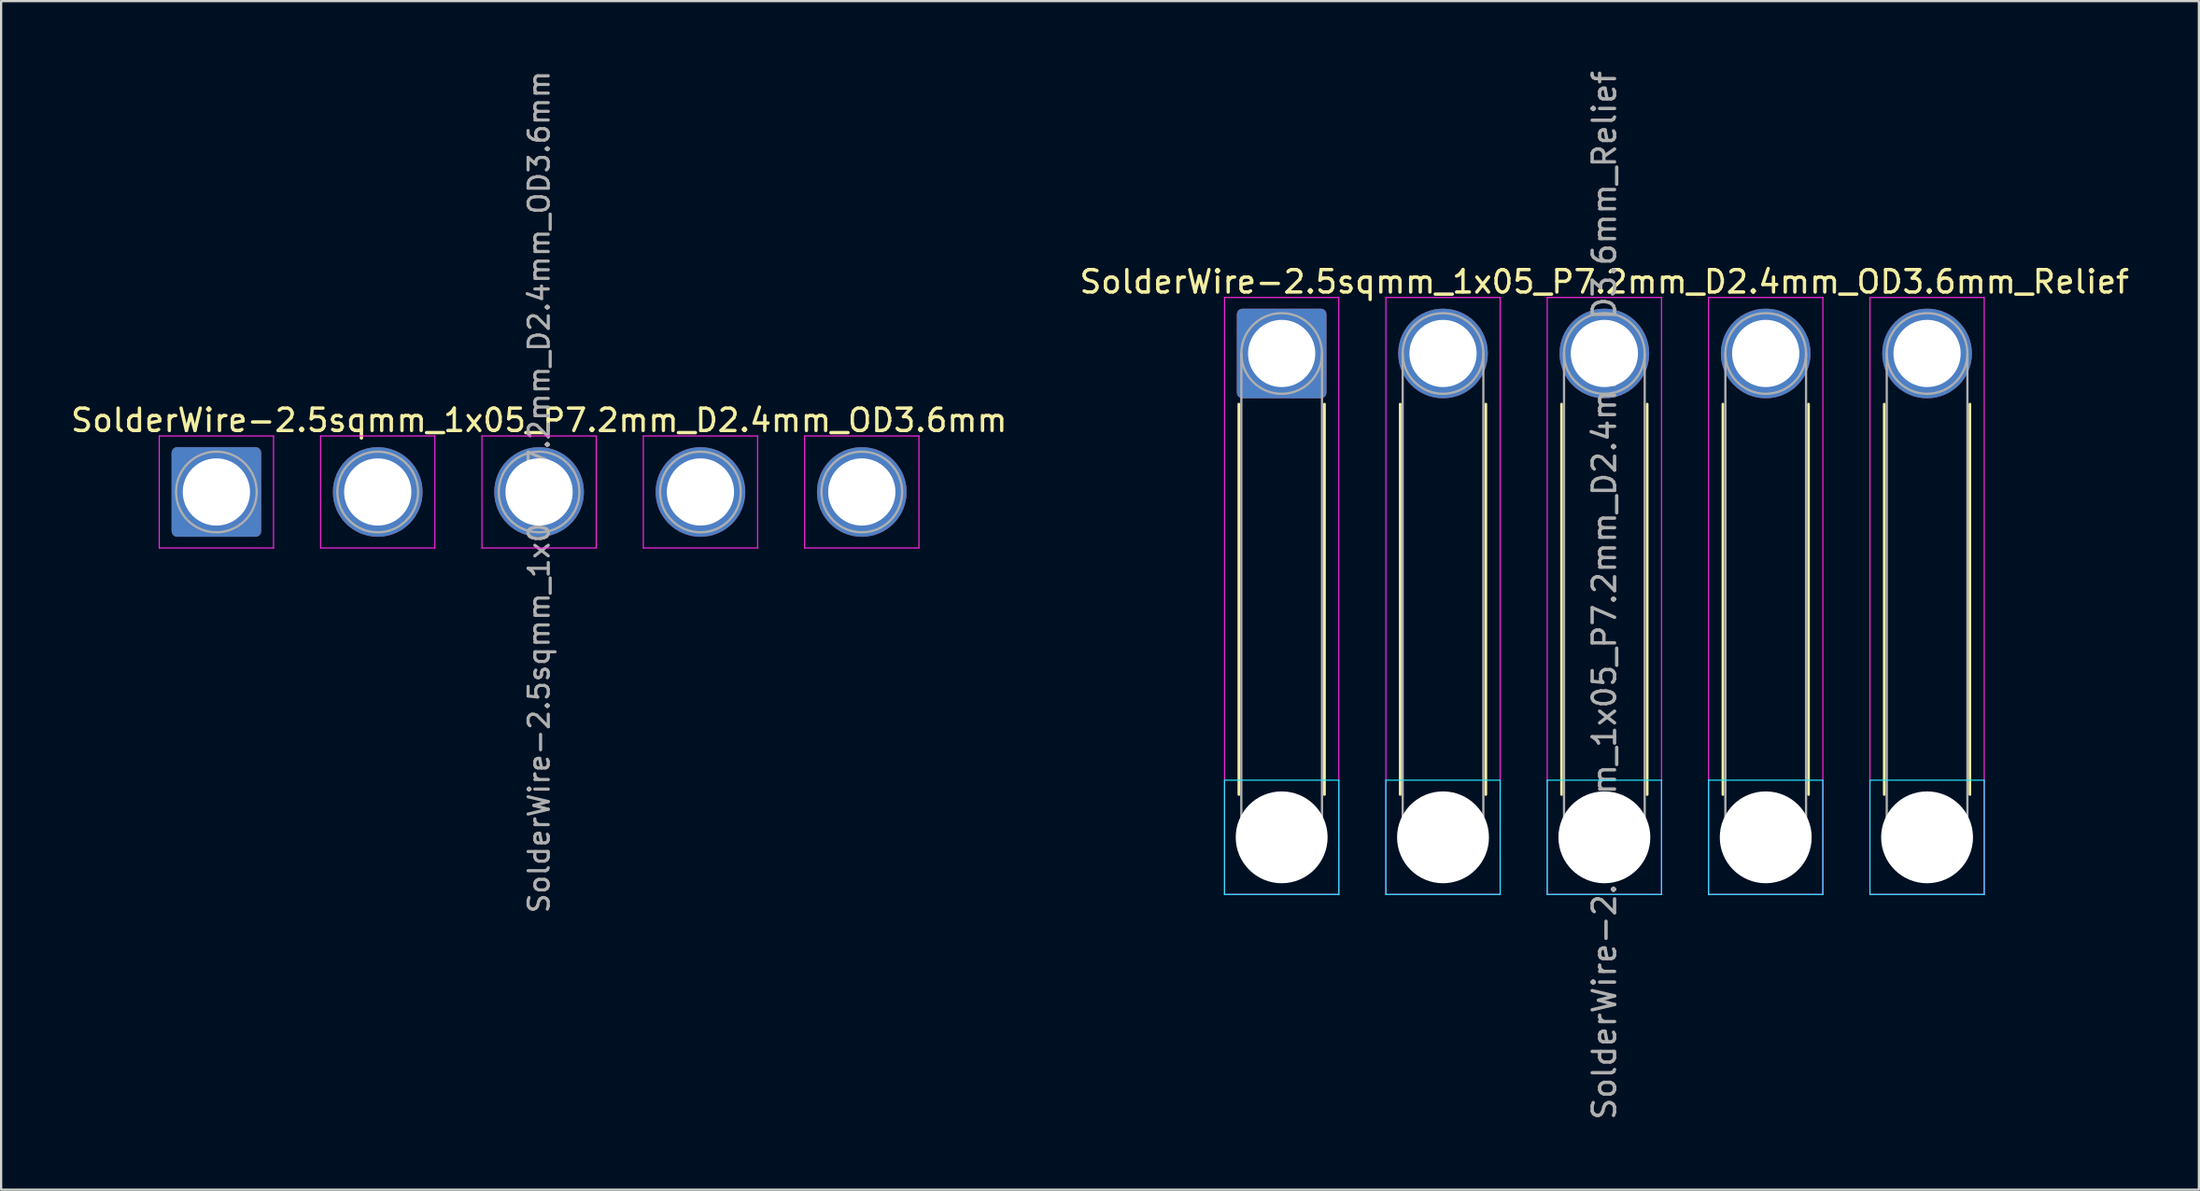
<source format=kicad_pcb>
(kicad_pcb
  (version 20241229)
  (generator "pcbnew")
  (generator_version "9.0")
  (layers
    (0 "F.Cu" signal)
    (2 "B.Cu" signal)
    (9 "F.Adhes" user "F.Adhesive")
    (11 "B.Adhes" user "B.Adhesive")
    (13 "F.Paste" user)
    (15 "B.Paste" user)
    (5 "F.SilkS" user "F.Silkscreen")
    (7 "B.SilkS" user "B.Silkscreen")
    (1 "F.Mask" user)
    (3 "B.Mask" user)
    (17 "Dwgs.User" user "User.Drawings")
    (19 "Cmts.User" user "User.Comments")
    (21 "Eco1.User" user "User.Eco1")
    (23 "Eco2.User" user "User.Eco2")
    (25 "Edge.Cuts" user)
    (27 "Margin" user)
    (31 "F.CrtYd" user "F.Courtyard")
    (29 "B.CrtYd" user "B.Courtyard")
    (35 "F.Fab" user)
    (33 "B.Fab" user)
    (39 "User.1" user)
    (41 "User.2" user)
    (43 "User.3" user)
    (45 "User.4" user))
  (footprint "SolderWire-2.5sqmm_1x05_P7.2mm_D2.4mm_OD3.6mm"
    (layer "F.Cu")
    (at 6.606 18.913)
    (property "Reference" "SolderWire-2.5sqmm_1x05_P7.2mm_D2.4mm_OD3.6mm" (at 14.4 -3.2 0) (layer "F.SilkS") (effects (font (size 1 1) (thickness 0.15))))
    (attr exclude_from_pos_files exclude_from_bom)
    (fp_line (start -2.55 -2.5) (end -2.55 2.5) (stroke (width 0.05) (type solid)) (layer "F.CrtYd"))
    (fp_line (start -2.55 2.5) (end 2.55 2.5) (stroke (width 0.05) (type solid)) (layer "F.CrtYd"))
    (fp_line (start 2.55 -2.5) (end -2.55 -2.5) (stroke (width 0.05) (type solid)) (layer "F.CrtYd"))
    (fp_line (start 2.55 2.5) (end 2.55 -2.5) (stroke (width 0.05) (type solid)) (layer "F.CrtYd"))
    (fp_line (start 4.65 -2.5) (end 4.65 2.5) (stroke (width 0.05) (type solid)) (layer "F.CrtYd"))
    (fp_line (start 4.65 2.5) (end 9.75 2.5) (stroke (width 0.05) (type solid)) (layer "F.CrtYd"))
    (fp_line (start 9.75 -2.5) (end 4.65 -2.5) (stroke (width 0.05) (type solid)) (layer "F.CrtYd"))
    (fp_line (start 9.75 2.5) (end 9.75 -2.5) (stroke (width 0.05) (type solid)) (layer "F.CrtYd"))
    (fp_line (start 11.85 -2.5) (end 11.85 2.5) (stroke (width 0.05) (type solid)) (layer "F.CrtYd"))
    (fp_line (start 11.85 2.5) (end 16.95 2.5) (stroke (width 0.05) (type solid)) (layer "F.CrtYd"))
    (fp_line (start 16.95 -2.5) (end 11.85 -2.5) (stroke (width 0.05) (type solid)) (layer "F.CrtYd"))
    (fp_line (start 16.95 2.5) (end 16.95 -2.5) (stroke (width 0.05) (type solid)) (layer "F.CrtYd"))
    (fp_line (start 19.05 -2.5) (end 19.05 2.5) (stroke (width 0.05) (type solid)) (layer "F.CrtYd"))
    (fp_line (start 19.05 2.5) (end 24.15 2.5) (stroke (width 0.05) (type solid)) (layer "F.CrtYd"))
    (fp_line (start 24.15 -2.5) (end 19.05 -2.5) (stroke (width 0.05) (type solid)) (layer "F.CrtYd"))
    (fp_line (start 24.15 2.5) (end 24.15 -2.5) (stroke (width 0.05) (type solid)) (layer "F.CrtYd"))
    (fp_line (start 26.25 -2.5) (end 26.25 2.5) (stroke (width 0.05) (type solid)) (layer "F.CrtYd"))
    (fp_line (start 26.25 2.5) (end 31.35 2.5) (stroke (width 0.05) (type solid)) (layer "F.CrtYd"))
    (fp_line (start 31.35 -2.5) (end 26.25 -2.5) (stroke (width 0.05) (type solid)) (layer "F.CrtYd"))
    (fp_line (start 31.35 2.5) (end 31.35 -2.5) (stroke (width 0.05) (type solid)) (layer "F.CrtYd"))
    (fp_circle (center 0 0) (end 1.8 0) (stroke (width 0.1) (type solid)) (fill no) (layer "F.Fab"))
    (fp_circle (center 7.2 0) (end 9 0) (stroke (width 0.1) (type solid)) (fill no) (layer "F.Fab"))
    (fp_circle (center 14.4 0) (end 16.2 0) (stroke (width 0.1) (type solid)) (fill no) (layer "F.Fab"))
    (fp_circle (center 21.6 0) (end 23.4 0) (stroke (width 0.1) (type solid)) (fill no) (layer "F.Fab"))
    (fp_circle (center 28.8 0) (end 30.6 0) (stroke (width 0.1) (type solid)) (fill no) (layer "F.Fab"))
    (fp_text user "${REFERENCE}" (at 14.4 0 90) (layer "F.Fab") (effects (font (size 0.9 0.9) (thickness 0.14))))
    (pad "1" thru_hole roundrect (at 0 0) (size 4 4) (drill 3) (layers "*.Cu" "*.Mask") (roundrect_rratio 0.062))
    (pad "2" thru_hole circle (at 7.2 0) (size 4 4) (drill 3) (layers "*.Cu" "*.Mask"))
    (pad "3" thru_hole circle (at 14.4 0) (size 4 4) (drill 3) (layers "*.Cu" "*.Mask"))
    (pad "4" thru_hole circle (at 21.6 0) (size 4 4) (drill 3) (layers "*.Cu" "*.Mask"))
    (pad "5" thru_hole circle (at 28.8 0) (size 4 4) (drill 3) (layers "*.Cu" "*.Mask")))
  (footprint "SolderWire-2.5sqmm_1x05_P7.2mm_D2.4mm_OD3.6mm_Relief"
    (layer "F.Cu")
    (at 54.142 12.73)
    (property "Reference" "SolderWire-2.5sqmm_1x05_P7.2mm_D2.4mm_OD3.6mm_Relief" (at 14.4 -3.2 0) (layer "F.SilkS") (effects (font (size 1 1) (thickness 0.15))))
    (attr exclude_from_pos_files exclude_from_bom)
    (fp_line (start -1.91 2.26) (end -1.91 19.69) (stroke (width 0.12) (type solid)) (layer "F.SilkS"))
    (fp_line (start 1.91 2.26) (end 1.91 19.69) (stroke (width 0.12) (type solid)) (layer "F.SilkS"))
    (fp_line (start 5.29 2.26) (end 5.29 19.69) (stroke (width 0.12) (type solid)) (layer "F.SilkS"))
    (fp_line (start 9.11 2.26) (end 9.11 19.69) (stroke (width 0.12) (type solid)) (layer "F.SilkS"))
    (fp_line (start 12.49 2.26) (end 12.49 19.69) (stroke (width 0.12) (type solid)) (layer "F.SilkS"))
    (fp_line (start 16.31 2.26) (end 16.31 19.69) (stroke (width 0.12) (type solid)) (layer "F.SilkS"))
    (fp_line (start 19.69 2.26) (end 19.69 19.69) (stroke (width 0.12) (type solid)) (layer "F.SilkS"))
    (fp_line (start 23.51 2.26) (end 23.51 19.69) (stroke (width 0.12) (type solid)) (layer "F.SilkS"))
    (fp_line (start 26.89 2.26) (end 26.89 19.69) (stroke (width 0.12) (type solid)) (layer "F.SilkS"))
    (fp_line (start 30.71 2.26) (end 30.71 19.69) (stroke (width 0.12) (type solid)) (layer "F.SilkS"))
    (fp_line (start -2.55 19.05) (end -2.55 24.15) (stroke (width 0.05) (type solid)) (layer "B.CrtYd"))
    (fp_line (start -2.55 24.15) (end 2.55 24.15) (stroke (width 0.05) (type solid)) (layer "B.CrtYd"))
    (fp_line (start 2.55 19.05) (end -2.55 19.05) (stroke (width 0.05) (type solid)) (layer "B.CrtYd"))
    (fp_line (start 2.55 24.15) (end 2.55 19.05) (stroke (width 0.05) (type solid)) (layer "B.CrtYd"))
    (fp_line (start 4.65 19.05) (end 4.65 24.15) (stroke (width 0.05) (type solid)) (layer "B.CrtYd"))
    (fp_line (start 4.65 24.15) (end 9.75 24.15) (stroke (width 0.05) (type solid)) (layer "B.CrtYd"))
    (fp_line (start 9.75 19.05) (end 4.65 19.05) (stroke (width 0.05) (type solid)) (layer "B.CrtYd"))
    (fp_line (start 9.75 24.15) (end 9.75 19.05) (stroke (width 0.05) (type solid)) (layer "B.CrtYd"))
    (fp_line (start 11.85 19.05) (end 11.85 24.15) (stroke (width 0.05) (type solid)) (layer "B.CrtYd"))
    (fp_line (start 11.85 24.15) (end 16.95 24.15) (stroke (width 0.05) (type solid)) (layer "B.CrtYd"))
    (fp_line (start 16.95 19.05) (end 11.85 19.05) (stroke (width 0.05) (type solid)) (layer "B.CrtYd"))
    (fp_line (start 16.95 24.15) (end 16.95 19.05) (stroke (width 0.05) (type solid)) (layer "B.CrtYd"))
    (fp_line (start 19.05 19.05) (end 19.05 24.15) (stroke (width 0.05) (type solid)) (layer "B.CrtYd"))
    (fp_line (start 19.05 24.15) (end 24.15 24.15) (stroke (width 0.05) (type solid)) (layer "B.CrtYd"))
    (fp_line (start 24.15 19.05) (end 19.05 19.05) (stroke (width 0.05) (type solid)) (layer "B.CrtYd"))
    (fp_line (start 24.15 24.15) (end 24.15 19.05) (stroke (width 0.05) (type solid)) (layer "B.CrtYd"))
    (fp_line (start 26.25 19.05) (end 26.25 24.15) (stroke (width 0.05) (type solid)) (layer "B.CrtYd"))
    (fp_line (start 26.25 24.15) (end 31.35 24.15) (stroke (width 0.05) (type solid)) (layer "B.CrtYd"))
    (fp_line (start 31.35 19.05) (end 26.25 19.05) (stroke (width 0.05) (type solid)) (layer "B.CrtYd"))
    (fp_line (start 31.35 24.15) (end 31.35 19.05) (stroke (width 0.05) (type solid)) (layer "B.CrtYd"))
    (fp_line (start -2.55 -2.5) (end -2.55 24.15) (stroke (width 0.05) (type solid)) (layer "F.CrtYd"))
    (fp_line (start -2.55 24.15) (end 2.55 24.15) (stroke (width 0.05) (type solid)) (layer "F.CrtYd"))
    (fp_line (start 2.55 -2.5) (end -2.55 -2.5) (stroke (width 0.05) (type solid)) (layer "F.CrtYd"))
    (fp_line (start 2.55 24.15) (end 2.55 -2.5) (stroke (width 0.05) (type solid)) (layer "F.CrtYd"))
    (fp_line (start 4.65 -2.5) (end 4.65 24.15) (stroke (width 0.05) (type solid)) (layer "F.CrtYd"))
    (fp_line (start 4.65 24.15) (end 9.75 24.15) (stroke (width 0.05) (type solid)) (layer "F.CrtYd"))
    (fp_line (start 9.75 -2.5) (end 4.65 -2.5) (stroke (width 0.05) (type solid)) (layer "F.CrtYd"))
    (fp_line (start 9.75 24.15) (end 9.75 -2.5) (stroke (width 0.05) (type solid)) (layer "F.CrtYd"))
    (fp_line (start 11.85 -2.5) (end 11.85 24.15) (stroke (width 0.05) (type solid)) (layer "F.CrtYd"))
    (fp_line (start 11.85 24.15) (end 16.95 24.15) (stroke (width 0.05) (type solid)) (layer "F.CrtYd"))
    (fp_line (start 16.95 -2.5) (end 11.85 -2.5) (stroke (width 0.05) (type solid)) (layer "F.CrtYd"))
    (fp_line (start 16.95 24.15) (end 16.95 -2.5) (stroke (width 0.05) (type solid)) (layer "F.CrtYd"))
    (fp_line (start 19.05 -2.5) (end 19.05 24.15) (stroke (width 0.05) (type solid)) (layer "F.CrtYd"))
    (fp_line (start 19.05 24.15) (end 24.15 24.15) (stroke (width 0.05) (type solid)) (layer "F.CrtYd"))
    (fp_line (start 24.15 -2.5) (end 19.05 -2.5) (stroke (width 0.05) (type solid)) (layer "F.CrtYd"))
    (fp_line (start 24.15 24.15) (end 24.15 -2.5) (stroke (width 0.05) (type solid)) (layer "F.CrtYd"))
    (fp_line (start 26.25 -2.5) (end 26.25 24.15) (stroke (width 0.05) (type solid)) (layer "F.CrtYd"))
    (fp_line (start 26.25 24.15) (end 31.35 24.15) (stroke (width 0.05) (type solid)) (layer "F.CrtYd"))
    (fp_line (start 31.35 -2.5) (end 26.25 -2.5) (stroke (width 0.05) (type solid)) (layer "F.CrtYd"))
    (fp_line (start 31.35 24.15) (end 31.35 -2.5) (stroke (width 0.05) (type solid)) (layer "F.CrtYd"))
    (fp_line (start -1.8 0) (end -1.8 21.6) (stroke (width 0.1) (type solid)) (layer "F.Fab"))
    (fp_line (start 1.8 0) (end 1.8 21.6) (stroke (width 0.1) (type solid)) (layer "F.Fab"))
    (fp_line (start 5.4 0) (end 5.4 21.6) (stroke (width 0.1) (type solid)) (layer "F.Fab"))
    (fp_line (start 9 0) (end 9 21.6) (stroke (width 0.1) (type solid)) (layer "F.Fab"))
    (fp_line (start 12.6 0) (end 12.6 21.6) (stroke (width 0.1) (type solid)) (layer "F.Fab"))
    (fp_line (start 16.2 0) (end 16.2 21.6) (stroke (width 0.1) (type solid)) (layer "F.Fab"))
    (fp_line (start 19.8 0) (end 19.8 21.6) (stroke (width 0.1) (type solid)) (layer "F.Fab"))
    (fp_line (start 23.4 0) (end 23.4 21.6) (stroke (width 0.1) (type solid)) (layer "F.Fab"))
    (fp_line (start 27 0) (end 27 21.6) (stroke (width 0.1) (type solid)) (layer "F.Fab"))
    (fp_line (start 30.6 0) (end 30.6 21.6) (stroke (width 0.1) (type solid)) (layer "F.Fab"))
    (fp_circle (center 0 0) (end 1.8 0) (stroke (width 0.1) (type solid)) (fill no) (layer "F.Fab"))
    (fp_circle (center 0 21.6) (end 1.8 21.6) (stroke (width 0.1) (type solid)) (fill no) (layer "F.Fab"))
    (fp_circle (center 7.2 0) (end 9 0) (stroke (width 0.1) (type solid)) (fill no) (layer "F.Fab"))
    (fp_circle (center 7.2 21.6) (end 9 21.6) (stroke (width 0.1) (type solid)) (fill no) (layer "F.Fab"))
    (fp_circle (center 14.4 0) (end 16.2 0) (stroke (width 0.1) (type solid)) (fill no) (layer "F.Fab"))
    (fp_circle (center 14.4 21.6) (end 16.2 21.6) (stroke (width 0.1) (type solid)) (fill no) (layer "F.Fab"))
    (fp_circle (center 21.6 0) (end 23.4 0) (stroke (width 0.1) (type solid)) (fill no) (layer "F.Fab"))
    (fp_circle (center 21.6 21.6) (end 23.4 21.6) (stroke (width 0.1) (type solid)) (fill no) (layer "F.Fab"))
    (fp_circle (center 28.8 0) (end 30.6 0) (stroke (width 0.1) (type solid)) (fill no) (layer "F.Fab"))
    (fp_circle (center 28.8 21.6) (end 30.6 21.6) (stroke (width 0.1) (type solid)) (fill no) (layer "F.Fab"))
    (fp_text user "${REFERENCE}" (at 14.4 10.8 90) (layer "F.Fab") (effects (font (size 1 1) (thickness 0.15))))
    (pad "" np_thru_hole circle (at 0 21.6) (size 4.1 4.1) (drill 4.1) (layers "*.Cu" "*.Mask"))
    (pad "" np_thru_hole circle (at 7.2 21.6) (size 4.1 4.1) (drill 4.1) (layers "*.Cu" "*.Mask"))
    (pad "" np_thru_hole circle (at 14.4 21.6) (size 4.1 4.1) (drill 4.1) (layers "*.Cu" "*.Mask"))
    (pad "" np_thru_hole circle (at 21.6 21.6) (size 4.1 4.1) (drill 4.1) (layers "*.Cu" "*.Mask"))
    (pad "" np_thru_hole circle (at 28.8 21.6) (size 4.1 4.1) (drill 4.1) (layers "*.Cu" "*.Mask"))
    (pad "1" thru_hole roundrect (at 0 0) (size 4 4) (drill 3) (layers "*.Cu" "*.Mask") (roundrect_rratio 0.062))
    (pad "2" thru_hole circle (at 7.2 0) (size 4 4) (drill 3) (layers "*.Cu" "*.Mask"))
    (pad "3" thru_hole circle (at 14.4 0) (size 4 4) (drill 3) (layers "*.Cu" "*.Mask"))
    (pad "4" thru_hole circle (at 21.6 0) (size 4 4) (drill 3) (layers "*.Cu" "*.Mask"))
    (pad "5" thru_hole circle (at 28.8 0) (size 4 4) (drill 3) (layers "*.Cu" "*.Mask")))
  (gr_rect
    (start -3 -3)
    (end 95.071 50.06)
    (stroke (width 0.1) (type default))
    (fill no)
    (layer "Edge.Cuts")))
</source>
